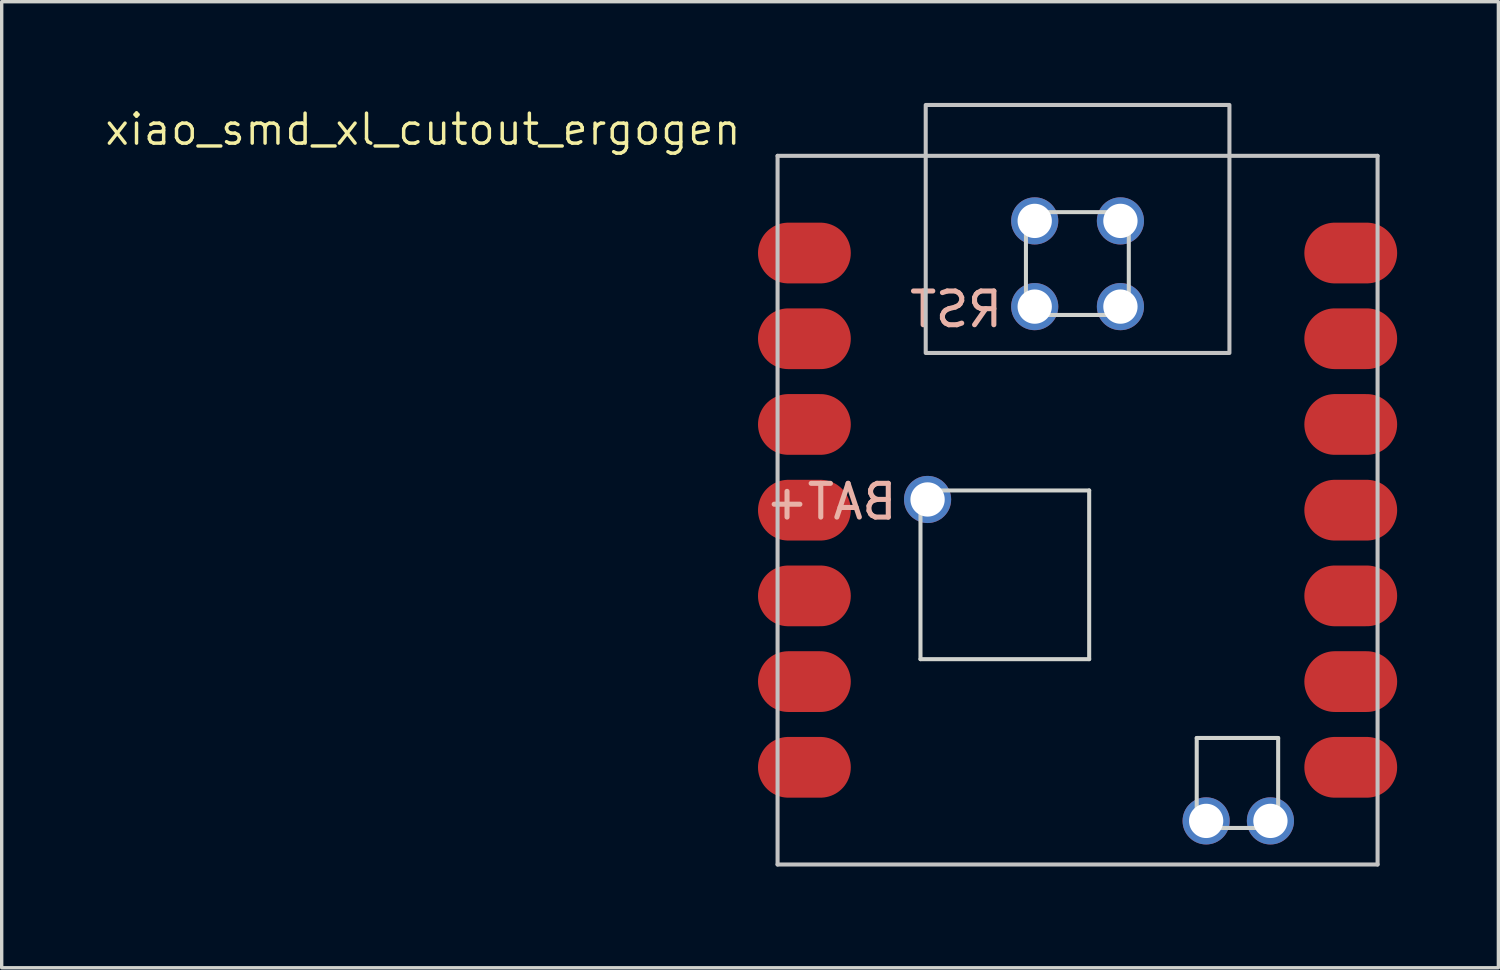
<source format=kicad_pcb>
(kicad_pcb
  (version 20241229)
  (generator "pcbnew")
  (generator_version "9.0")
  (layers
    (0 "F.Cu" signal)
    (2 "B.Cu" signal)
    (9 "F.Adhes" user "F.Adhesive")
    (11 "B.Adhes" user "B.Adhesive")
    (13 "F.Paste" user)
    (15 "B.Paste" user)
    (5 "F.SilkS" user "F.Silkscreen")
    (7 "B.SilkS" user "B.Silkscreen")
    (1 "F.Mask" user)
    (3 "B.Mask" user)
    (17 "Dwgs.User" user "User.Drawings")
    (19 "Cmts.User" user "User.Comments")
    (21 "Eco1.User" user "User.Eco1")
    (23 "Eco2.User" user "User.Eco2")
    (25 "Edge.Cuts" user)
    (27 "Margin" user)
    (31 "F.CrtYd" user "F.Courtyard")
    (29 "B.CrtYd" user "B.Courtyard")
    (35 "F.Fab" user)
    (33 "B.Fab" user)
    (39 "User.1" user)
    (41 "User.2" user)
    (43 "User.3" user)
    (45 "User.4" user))
  (footprint "xiao_smd_xl_cutout_ergogen"
    (layer "F.Cu")
    (at 28.882 12.068)
    (property "Reference" "xiao_smd_xl_cutout_ergogen" (at -19.399 -11.283 0) (layer "F.SilkS") (effects (font (size 0.889 0.889) (thickness 0.102))))
    (attr smd exclude_from_pos_files)
    (fp_line (start -8.89 -10.5) (end -8.89 10.5) (stroke (width 0.12) (type default)) (layer "Dwgs.User"))
    (fp_line (start -8.89 -10.5) (end 8.89 -10.5) (stroke (width 0.12) (type default)) (layer "Dwgs.User"))
    (fp_line (start 8.89 -10.5) (end 8.89 10.5) (stroke (width 0.12) (type default)) (layer "Dwgs.User"))
    (fp_line (start 8.89 10.5) (end -8.89 10.5) (stroke (width 0.12) (type default)) (layer "Dwgs.User"))
    (fp_rect (start -4.5 -12.008) (end 4.5 -4.658) (stroke (width 0.12) (type default)) (fill no) (layer "Dwgs.User"))
    (fp_line (start -4.655 -0.584) (end -4.655 4.415) (stroke (width 0.12) (type solid)) (layer "Edge.Cuts"))
    (fp_line (start -4.655 -0.584) (end 0.344 -0.584) (stroke (width 0.12) (type solid)) (layer "Edge.Cuts"))
    (fp_line (start -4.655 4.415) (end 0.344 4.415) (stroke (width 0.12) (type solid)) (layer "Edge.Cuts"))
    (fp_line (start -1.53 -8.832) (end 1.518 -8.832) (stroke (width 0.12) (type solid)) (layer "Edge.Cuts"))
    (fp_line (start -1.53 -5.784) (end -1.53 -8.832) (stroke (width 0.12) (type solid)) (layer "Edge.Cuts"))
    (fp_line (start -1.53 -5.784) (end 1.518 -5.784) (stroke (width 0.12) (type solid)) (layer "Edge.Cuts"))
    (fp_line (start 0.344 -0.584) (end 0.344 4.415) (stroke (width 0.12) (type solid)) (layer "Edge.Cuts"))
    (fp_line (start 1.518 -5.784) (end 1.518 -8.832) (stroke (width 0.12) (type solid)) (layer "Edge.Cuts"))
    (fp_line (start 3.531 6.751) (end 5.944 6.751) (stroke (width 0.12) (type solid)) (layer "Edge.Cuts"))
    (fp_line (start 3.531 9.418) (end 3.531 6.751) (stroke (width 0.12) (type solid)) (layer "Edge.Cuts"))
    (fp_line (start 5.944 6.751) (end 5.944 9.418) (stroke (width 0.12) (type solid)) (layer "Edge.Cuts"))
    (fp_line (start 5.944 9.418) (end 3.531 9.418) (stroke (width 0.12) (type solid)) (layer "Edge.Cuts"))
    (fp_text user "BAT+" (at -7.3 -0.25 0) (unlocked yes) (layer "B.SilkS") (effects (font (size 1 1) (thickness 0.15)) (justify mirror)))
    (fp_text user "RST" (at -3.6 -5.95 0) (unlocked yes) (layer "B.SilkS") (effects (font (size 1 1) (thickness 0.15)) (justify mirror)))
    (pad "1" smd oval (at -7.62 -7.62 180) (size 2.75 1.8) (drill (offset 0.475 0)) (layers "F.Cu" "F.Mask" "F.Paste"))
    (pad "2" smd oval (at -7.62 -5.08 180) (size 2.75 1.8) (drill (offset 0.475 0)) (layers "F.Cu" "F.Mask" "F.Paste"))
    (pad "3" smd oval (at -7.62 -2.54 180) (size 2.75 1.8) (drill (offset 0.475 0)) (layers "F.Cu" "F.Mask" "F.Paste"))
    (pad "4" smd oval (at -7.62 0 180) (size 2.75 1.8) (drill (offset 0.475 0)) (layers "F.Cu" "F.Mask" "F.Paste"))
    (pad "5" smd oval (at -7.62 2.54 180) (size 2.75 1.8) (drill (offset 0.475 0)) (layers "F.Cu" "F.Mask" "F.Paste"))
    (pad "6" smd oval (at -7.62 5.08 180) (size 2.75 1.8) (drill (offset 0.475 0)) (layers "F.Cu" "F.Mask" "F.Paste"))
    (pad "7" smd oval (at -7.62 7.62 180) (size 2.75 1.8) (drill (offset 0.475 0)) (layers "F.Cu" "F.Mask" "F.Paste"))
    (pad "8" smd oval (at 7.62 7.62) (size 2.75 1.8) (drill (offset 0.475 0)) (layers "F.Cu" "F.Mask" "F.Paste"))
    (pad "9" smd oval (at 7.62 5.08) (size 2.75 1.8) (drill (offset 0.475 0)) (layers "F.Cu" "F.Mask" "F.Paste"))
    (pad "10" smd oval (at 7.62 2.54) (size 2.75 1.8) (drill (offset 0.475 0)) (layers "F.Cu" "F.Mask" "F.Paste"))
    (pad "11" smd oval (at 7.62 0) (size 2.75 1.8) (drill (offset 0.475 0)) (layers "F.Cu" "F.Mask" "F.Paste"))
    (pad "12" smd oval (at 7.62 -2.54) (size 2.75 1.8) (drill (offset 0.475 0)) (layers "F.Cu" "F.Mask" "F.Paste"))
    (pad "13" smd oval (at 7.62 -5.08) (size 2.75 1.8) (drill (offset 0.475 0)) (layers "F.Cu" "F.Mask" "F.Paste"))
    (pad "14" smd oval (at 7.62 -7.62) (size 2.75 1.8) (drill (offset 0.475 0)) (layers "F.Cu" "F.Mask" "F.Paste"))
    (pad "15" thru_hole circle (at -1.27 -8.572 90) (size 1.397 1.397) (drill 1.016) (layers "*.Cu" "*.Mask"))
    (pad "16" thru_hole circle (at 1.27 -8.572 90) (size 1.397 1.397) (drill 1.016) (layers "*.Cu" "*.Mask"))
    (pad "17" thru_hole circle (at -1.27 -6.032 90) (size 1.397 1.397) (drill 1.016) (layers "*.Cu" "*.Mask"))
    (pad "18" thru_hole circle (at 1.27 -6.032 90) (size 1.397 1.397) (drill 1.016) (layers "*.Cu" "*.Mask"))
    (pad "19" thru_hole circle (at -4.445 -0.317 180) (size 1.397 1.397) (drill 1.016) (layers "*.Cu" "*.Mask"))
    (pad "20" thru_hole circle (at 3.81 9.208 180) (size 1.397 1.397) (drill 1.016) (layers "*.Cu" "*.Mask"))
    (pad "21" thru_hole circle (at 5.715 9.208 180) (size 1.397 1.397) (drill 1.016) (layers "*.Cu" "*.Mask")))
  (gr_rect
    (start -3 -3)
    (end 41.352 25.628)
    (stroke (width 0.1) (type default))
    (fill no)
    (layer "Edge.Cuts")))
</source>
